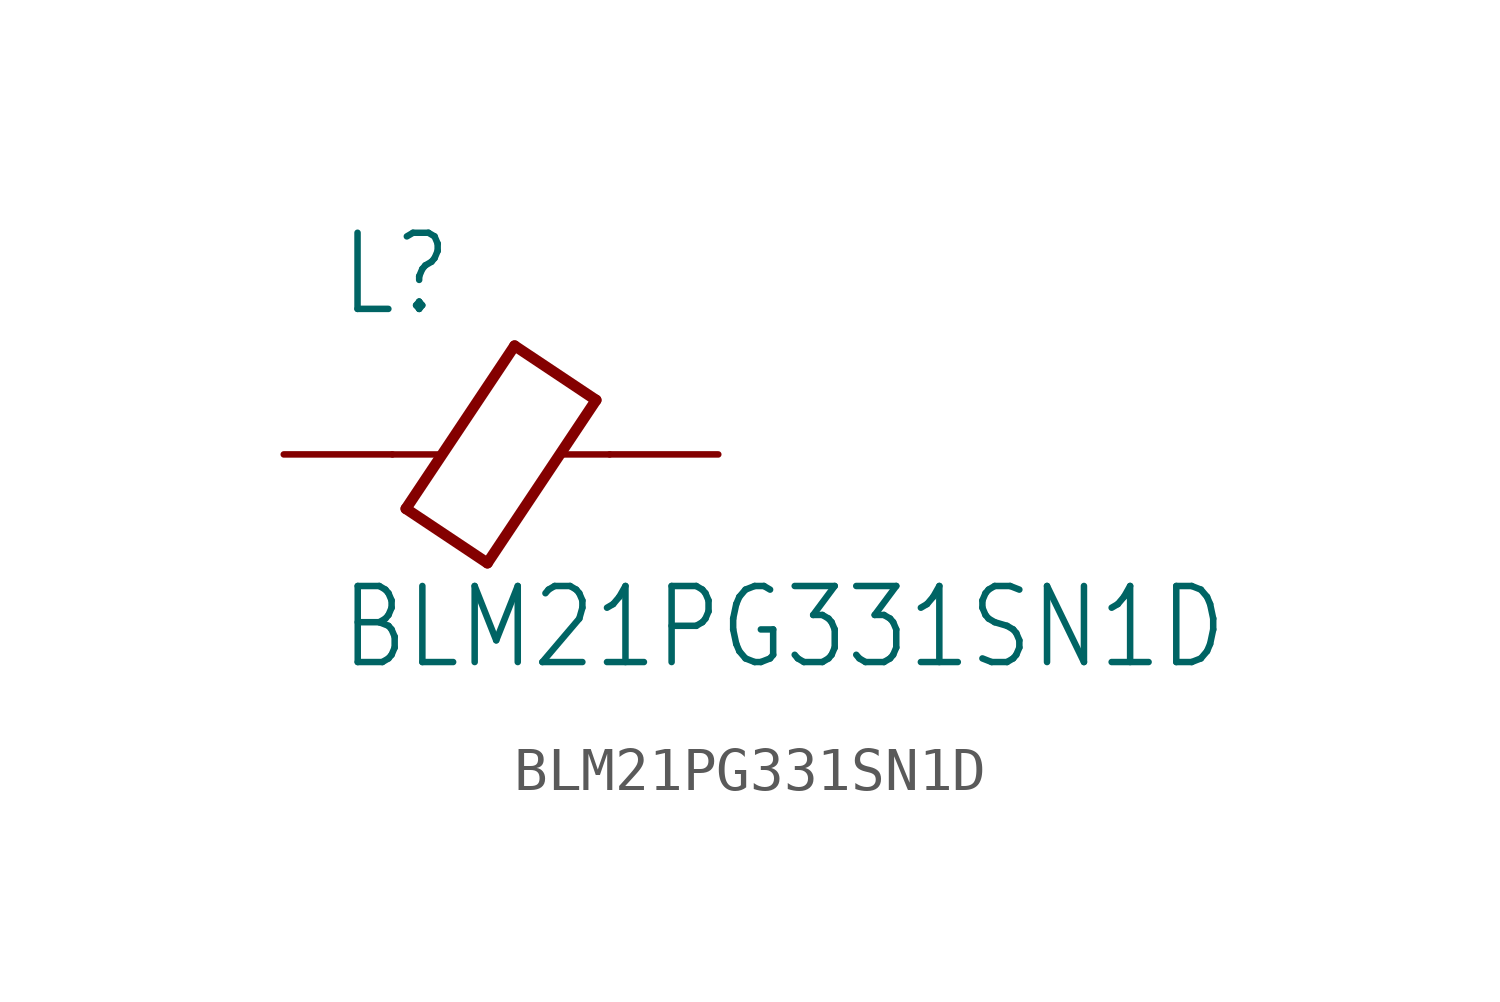
<source format=kicad_sym>
(kicad_symbol_lib
  (version 20211014)
  (generator kicad_symbol_editor)
  (symbol "BLM21PG331SN1D"
    (property "Reference" "L"
      (at -3.815 3.177 0)
      (effects (font (size 1.78 1.513)) (justify left bottom)))
    (property "Value" "BLM21PG331SN1D"
      (at -3.81 -5.08 0)
      (effects (font (size 1.778 1.511)) (justify left bottom)))
    (property "ki_locked" ""
      (at 0 0 0)
      (effects (font (size 1.27 1.27))))
    (symbol "BLM21PG331SN1D_1_0"
      (polyline (pts (xy -2.54 0) (xy -1.429 0)) (stroke (width 0.152) (type default) (color 0 0 0 0)) (fill (type none)))
      (polyline (pts (xy -2.223 -1.27) (xy 0.318 2.54)) (stroke (width 0.254) (type default) (color 0 0 0 0)) (fill (type none)))
      (polyline (pts (xy -0.318 -2.54) (xy -2.223 -1.27)) (stroke (width 0.254) (type default) (color 0 0 0 0)) (fill (type none)))
      (polyline (pts (xy 0.318 2.54) (xy 2.223 1.27)) (stroke (width 0.254) (type default) (color 0 0 0 0)) (fill (type none)))
      (polyline (pts (xy 2.223 1.27) (xy -0.318 -2.54)) (stroke (width 0.254) (type default) (color 0 0 0 0)) (fill (type none)))
      (polyline (pts (xy 2.54 0) (xy 1.429 0)) (stroke (width 0.152) (type default) (color 0 0 0 0)) (fill (type none)))
      (pin passive line (at -5.08 0 0) (length 2.54) (name "1" (effects (font (size 0 0)))) (number "1" (effects (font (size 0 0)))))
      (pin passive line (at 5.08 0 180) (length 2.54) (name "2" (effects (font (size 0 0)))) (number "2" (effects (font (size 0 0))))))))
</source>
